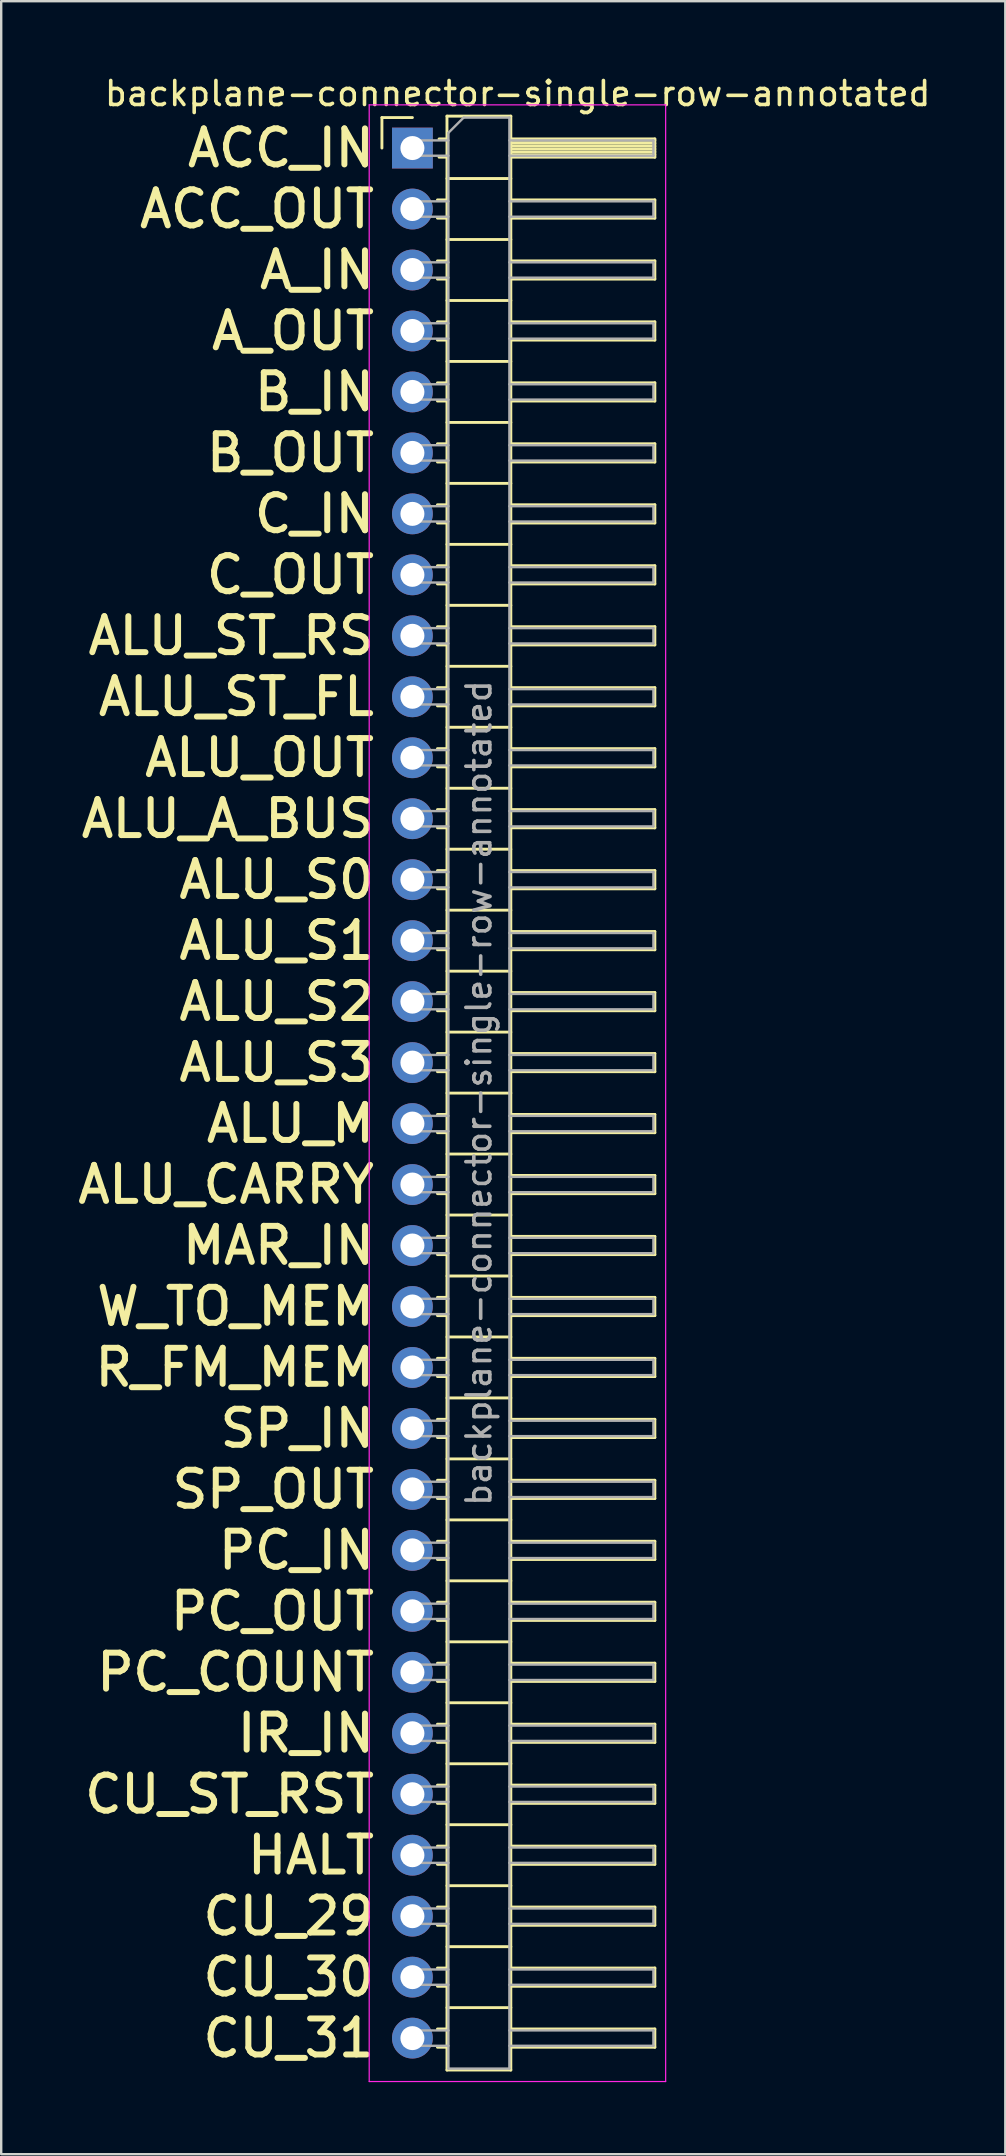
<source format=kicad_pcb>
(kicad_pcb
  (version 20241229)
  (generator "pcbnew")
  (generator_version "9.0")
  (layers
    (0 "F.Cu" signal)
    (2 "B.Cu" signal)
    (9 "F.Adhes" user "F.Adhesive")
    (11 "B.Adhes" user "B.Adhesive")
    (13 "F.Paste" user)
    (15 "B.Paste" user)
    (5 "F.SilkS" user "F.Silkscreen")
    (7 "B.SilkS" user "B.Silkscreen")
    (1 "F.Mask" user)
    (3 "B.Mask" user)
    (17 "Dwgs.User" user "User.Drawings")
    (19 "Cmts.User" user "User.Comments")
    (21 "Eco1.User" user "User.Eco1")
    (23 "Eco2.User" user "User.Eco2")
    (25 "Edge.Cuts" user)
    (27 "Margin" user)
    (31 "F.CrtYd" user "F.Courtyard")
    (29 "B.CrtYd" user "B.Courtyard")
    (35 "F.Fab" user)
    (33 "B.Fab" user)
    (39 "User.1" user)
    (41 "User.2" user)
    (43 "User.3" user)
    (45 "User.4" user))
  (footprint "backplane-connector-single-row-annotated"
    (layer "F.Cu")
    (at 14.131 3.118)
    (property "Reference" "backplane-connector-single-row-annotated" (at 4.385 -2.27 0) (layer "F.SilkS") (effects (font (size 1 1) (thickness 0.15))))
    (attr through_hole)
    (fp_line (start -1.27 -1.27) (end 0 -1.27) (stroke (width 0.12) (type solid)) (layer "F.SilkS"))
    (fp_line (start -1.27 0) (end -1.27 -1.27) (stroke (width 0.12) (type solid)) (layer "F.SilkS"))
    (fp_line (start 1.043 2.16) (end 1.44 2.16) (stroke (width 0.12) (type solid)) (layer "F.SilkS"))
    (fp_line (start 1.043 2.92) (end 1.44 2.92) (stroke (width 0.12) (type solid)) (layer "F.SilkS"))
    (fp_line (start 1.043 4.7) (end 1.44 4.7) (stroke (width 0.12) (type solid)) (layer "F.SilkS"))
    (fp_line (start 1.043 5.46) (end 1.44 5.46) (stroke (width 0.12) (type solid)) (layer "F.SilkS"))
    (fp_line (start 1.043 7.24) (end 1.44 7.24) (stroke (width 0.12) (type solid)) (layer "F.SilkS"))
    (fp_line (start 1.043 8) (end 1.44 8) (stroke (width 0.12) (type solid)) (layer "F.SilkS"))
    (fp_line (start 1.043 9.78) (end 1.44 9.78) (stroke (width 0.12) (type solid)) (layer "F.SilkS"))
    (fp_line (start 1.043 10.54) (end 1.44 10.54) (stroke (width 0.12) (type solid)) (layer "F.SilkS"))
    (fp_line (start 1.043 12.32) (end 1.44 12.32) (stroke (width 0.12) (type solid)) (layer "F.SilkS"))
    (fp_line (start 1.043 13.08) (end 1.44 13.08) (stroke (width 0.12) (type solid)) (layer "F.SilkS"))
    (fp_line (start 1.043 14.86) (end 1.44 14.86) (stroke (width 0.12) (type solid)) (layer "F.SilkS"))
    (fp_line (start 1.043 15.62) (end 1.44 15.62) (stroke (width 0.12) (type solid)) (layer "F.SilkS"))
    (fp_line (start 1.043 17.4) (end 1.44 17.4) (stroke (width 0.12) (type solid)) (layer "F.SilkS"))
    (fp_line (start 1.043 18.16) (end 1.44 18.16) (stroke (width 0.12) (type solid)) (layer "F.SilkS"))
    (fp_line (start 1.043 19.94) (end 1.44 19.94) (stroke (width 0.12) (type solid)) (layer "F.SilkS"))
    (fp_line (start 1.043 20.7) (end 1.44 20.7) (stroke (width 0.12) (type solid)) (layer "F.SilkS"))
    (fp_line (start 1.043 22.48) (end 1.44 22.48) (stroke (width 0.12) (type solid)) (layer "F.SilkS"))
    (fp_line (start 1.043 23.24) (end 1.44 23.24) (stroke (width 0.12) (type solid)) (layer "F.SilkS"))
    (fp_line (start 1.043 25.02) (end 1.44 25.02) (stroke (width 0.12) (type solid)) (layer "F.SilkS"))
    (fp_line (start 1.043 25.78) (end 1.44 25.78) (stroke (width 0.12) (type solid)) (layer "F.SilkS"))
    (fp_line (start 1.043 27.56) (end 1.44 27.56) (stroke (width 0.12) (type solid)) (layer "F.SilkS"))
    (fp_line (start 1.043 28.32) (end 1.44 28.32) (stroke (width 0.12) (type solid)) (layer "F.SilkS"))
    (fp_line (start 1.043 30.1) (end 1.44 30.1) (stroke (width 0.12) (type solid)) (layer "F.SilkS"))
    (fp_line (start 1.043 30.86) (end 1.44 30.86) (stroke (width 0.12) (type solid)) (layer "F.SilkS"))
    (fp_line (start 1.043 32.64) (end 1.44 32.64) (stroke (width 0.12) (type solid)) (layer "F.SilkS"))
    (fp_line (start 1.043 33.4) (end 1.44 33.4) (stroke (width 0.12) (type solid)) (layer "F.SilkS"))
    (fp_line (start 1.043 35.18) (end 1.44 35.18) (stroke (width 0.12) (type solid)) (layer "F.SilkS"))
    (fp_line (start 1.043 35.94) (end 1.44 35.94) (stroke (width 0.12) (type solid)) (layer "F.SilkS"))
    (fp_line (start 1.043 37.72) (end 1.44 37.72) (stroke (width 0.12) (type solid)) (layer "F.SilkS"))
    (fp_line (start 1.043 38.48) (end 1.44 38.48) (stroke (width 0.12) (type solid)) (layer "F.SilkS"))
    (fp_line (start 1.043 40.26) (end 1.44 40.26) (stroke (width 0.12) (type solid)) (layer "F.SilkS"))
    (fp_line (start 1.043 41.02) (end 1.44 41.02) (stroke (width 0.12) (type solid)) (layer "F.SilkS"))
    (fp_line (start 1.043 42.8) (end 1.44 42.8) (stroke (width 0.12) (type solid)) (layer "F.SilkS"))
    (fp_line (start 1.043 43.56) (end 1.44 43.56) (stroke (width 0.12) (type solid)) (layer "F.SilkS"))
    (fp_line (start 1.043 45.34) (end 1.44 45.34) (stroke (width 0.12) (type solid)) (layer "F.SilkS"))
    (fp_line (start 1.043 46.1) (end 1.44 46.1) (stroke (width 0.12) (type solid)) (layer "F.SilkS"))
    (fp_line (start 1.043 47.88) (end 1.44 47.88) (stroke (width 0.12) (type solid)) (layer "F.SilkS"))
    (fp_line (start 1.043 48.64) (end 1.44 48.64) (stroke (width 0.12) (type solid)) (layer "F.SilkS"))
    (fp_line (start 1.043 50.42) (end 1.44 50.42) (stroke (width 0.12) (type solid)) (layer "F.SilkS"))
    (fp_line (start 1.043 51.18) (end 1.44 51.18) (stroke (width 0.12) (type solid)) (layer "F.SilkS"))
    (fp_line (start 1.043 52.96) (end 1.44 52.96) (stroke (width 0.12) (type solid)) (layer "F.SilkS"))
    (fp_line (start 1.043 53.72) (end 1.44 53.72) (stroke (width 0.12) (type solid)) (layer "F.SilkS"))
    (fp_line (start 1.043 55.5) (end 1.44 55.5) (stroke (width 0.12) (type solid)) (layer "F.SilkS"))
    (fp_line (start 1.043 56.26) (end 1.44 56.26) (stroke (width 0.12) (type solid)) (layer "F.SilkS"))
    (fp_line (start 1.043 58.04) (end 1.44 58.04) (stroke (width 0.12) (type solid)) (layer "F.SilkS"))
    (fp_line (start 1.043 58.8) (end 1.44 58.8) (stroke (width 0.12) (type solid)) (layer "F.SilkS"))
    (fp_line (start 1.043 60.58) (end 1.44 60.58) (stroke (width 0.12) (type solid)) (layer "F.SilkS"))
    (fp_line (start 1.043 61.34) (end 1.44 61.34) (stroke (width 0.12) (type solid)) (layer "F.SilkS"))
    (fp_line (start 1.043 63.12) (end 1.44 63.12) (stroke (width 0.12) (type solid)) (layer "F.SilkS"))
    (fp_line (start 1.043 63.88) (end 1.44 63.88) (stroke (width 0.12) (type solid)) (layer "F.SilkS"))
    (fp_line (start 1.043 65.66) (end 1.44 65.66) (stroke (width 0.12) (type solid)) (layer "F.SilkS"))
    (fp_line (start 1.043 66.42) (end 1.44 66.42) (stroke (width 0.12) (type solid)) (layer "F.SilkS"))
    (fp_line (start 1.043 68.2) (end 1.44 68.2) (stroke (width 0.12) (type solid)) (layer "F.SilkS"))
    (fp_line (start 1.043 68.96) (end 1.44 68.96) (stroke (width 0.12) (type solid)) (layer "F.SilkS"))
    (fp_line (start 1.043 70.74) (end 1.44 70.74) (stroke (width 0.12) (type solid)) (layer "F.SilkS"))
    (fp_line (start 1.043 71.5) (end 1.44 71.5) (stroke (width 0.12) (type solid)) (layer "F.SilkS"))
    (fp_line (start 1.043 73.28) (end 1.44 73.28) (stroke (width 0.12) (type solid)) (layer "F.SilkS"))
    (fp_line (start 1.043 74.04) (end 1.44 74.04) (stroke (width 0.12) (type solid)) (layer "F.SilkS"))
    (fp_line (start 1.043 75.82) (end 1.44 75.82) (stroke (width 0.12) (type solid)) (layer "F.SilkS"))
    (fp_line (start 1.043 76.58) (end 1.44 76.58) (stroke (width 0.12) (type solid)) (layer "F.SilkS"))
    (fp_line (start 1.043 78.36) (end 1.44 78.36) (stroke (width 0.12) (type solid)) (layer "F.SilkS"))
    (fp_line (start 1.043 79.12) (end 1.44 79.12) (stroke (width 0.12) (type solid)) (layer "F.SilkS"))
    (fp_line (start 1.11 -0.38) (end 1.44 -0.38) (stroke (width 0.12) (type solid)) (layer "F.SilkS"))
    (fp_line (start 1.11 0.38) (end 1.44 0.38) (stroke (width 0.12) (type solid)) (layer "F.SilkS"))
    (fp_line (start 1.44 -1.33) (end 1.44 80.07) (stroke (width 0.12) (type solid)) (layer "F.SilkS"))
    (fp_line (start 1.44 1.27) (end 4.1 1.27) (stroke (width 0.12) (type solid)) (layer "F.SilkS"))
    (fp_line (start 1.44 3.81) (end 4.1 3.81) (stroke (width 0.12) (type solid)) (layer "F.SilkS"))
    (fp_line (start 1.44 6.35) (end 4.1 6.35) (stroke (width 0.12) (type solid)) (layer "F.SilkS"))
    (fp_line (start 1.44 8.89) (end 4.1 8.89) (stroke (width 0.12) (type solid)) (layer "F.SilkS"))
    (fp_line (start 1.44 11.43) (end 4.1 11.43) (stroke (width 0.12) (type solid)) (layer "F.SilkS"))
    (fp_line (start 1.44 13.97) (end 4.1 13.97) (stroke (width 0.12) (type solid)) (layer "F.SilkS"))
    (fp_line (start 1.44 16.51) (end 4.1 16.51) (stroke (width 0.12) (type solid)) (layer "F.SilkS"))
    (fp_line (start 1.44 19.05) (end 4.1 19.05) (stroke (width 0.12) (type solid)) (layer "F.SilkS"))
    (fp_line (start 1.44 21.59) (end 4.1 21.59) (stroke (width 0.12) (type solid)) (layer "F.SilkS"))
    (fp_line (start 1.44 24.13) (end 4.1 24.13) (stroke (width 0.12) (type solid)) (layer "F.SilkS"))
    (fp_line (start 1.44 26.67) (end 4.1 26.67) (stroke (width 0.12) (type solid)) (layer "F.SilkS"))
    (fp_line (start 1.44 29.21) (end 4.1 29.21) (stroke (width 0.12) (type solid)) (layer "F.SilkS"))
    (fp_line (start 1.44 31.75) (end 4.1 31.75) (stroke (width 0.12) (type solid)) (layer "F.SilkS"))
    (fp_line (start 1.44 34.29) (end 4.1 34.29) (stroke (width 0.12) (type solid)) (layer "F.SilkS"))
    (fp_line (start 1.44 36.83) (end 4.1 36.83) (stroke (width 0.12) (type solid)) (layer "F.SilkS"))
    (fp_line (start 1.44 39.37) (end 4.1 39.37) (stroke (width 0.12) (type solid)) (layer "F.SilkS"))
    (fp_line (start 1.44 41.91) (end 4.1 41.91) (stroke (width 0.12) (type solid)) (layer "F.SilkS"))
    (fp_line (start 1.44 44.45) (end 4.1 44.45) (stroke (width 0.12) (type solid)) (layer "F.SilkS"))
    (fp_line (start 1.44 46.99) (end 4.1 46.99) (stroke (width 0.12) (type solid)) (layer "F.SilkS"))
    (fp_line (start 1.44 49.53) (end 4.1 49.53) (stroke (width 0.12) (type solid)) (layer "F.SilkS"))
    (fp_line (start 1.44 52.07) (end 4.1 52.07) (stroke (width 0.12) (type solid)) (layer "F.SilkS"))
    (fp_line (start 1.44 54.61) (end 4.1 54.61) (stroke (width 0.12) (type solid)) (layer "F.SilkS"))
    (fp_line (start 1.44 57.15) (end 4.1 57.15) (stroke (width 0.12) (type solid)) (layer "F.SilkS"))
    (fp_line (start 1.44 59.69) (end 4.1 59.69) (stroke (width 0.12) (type solid)) (layer "F.SilkS"))
    (fp_line (start 1.44 62.23) (end 4.1 62.23) (stroke (width 0.12) (type solid)) (layer "F.SilkS"))
    (fp_line (start 1.44 64.77) (end 4.1 64.77) (stroke (width 0.12) (type solid)) (layer "F.SilkS"))
    (fp_line (start 1.44 67.31) (end 4.1 67.31) (stroke (width 0.12) (type solid)) (layer "F.SilkS"))
    (fp_line (start 1.44 69.85) (end 4.1 69.85) (stroke (width 0.12) (type solid)) (layer "F.SilkS"))
    (fp_line (start 1.44 72.39) (end 4.1 72.39) (stroke (width 0.12) (type solid)) (layer "F.SilkS"))
    (fp_line (start 1.44 74.93) (end 4.1 74.93) (stroke (width 0.12) (type solid)) (layer "F.SilkS"))
    (fp_line (start 1.44 77.47) (end 4.1 77.47) (stroke (width 0.12) (type solid)) (layer "F.SilkS"))
    (fp_line (start 1.44 80.07) (end 4.1 80.07) (stroke (width 0.12) (type solid)) (layer "F.SilkS"))
    (fp_line (start 4.1 -1.33) (end 1.44 -1.33) (stroke (width 0.12) (type solid)) (layer "F.SilkS"))
    (fp_line (start 4.1 -0.38) (end 10.1 -0.38) (stroke (width 0.12) (type solid)) (layer "F.SilkS"))
    (fp_line (start 4.1 -0.32) (end 10.1 -0.32) (stroke (width 0.12) (type solid)) (layer "F.SilkS"))
    (fp_line (start 4.1 -0.2) (end 10.1 -0.2) (stroke (width 0.12) (type solid)) (layer "F.SilkS"))
    (fp_line (start 4.1 -0.08) (end 10.1 -0.08) (stroke (width 0.12) (type solid)) (layer "F.SilkS"))
    (fp_line (start 4.1 0.04) (end 10.1 0.04) (stroke (width 0.12) (type solid)) (layer "F.SilkS"))
    (fp_line (start 4.1 0.16) (end 10.1 0.16) (stroke (width 0.12) (type solid)) (layer "F.SilkS"))
    (fp_line (start 4.1 0.28) (end 10.1 0.28) (stroke (width 0.12) (type solid)) (layer "F.SilkS"))
    (fp_line (start 4.1 2.16) (end 10.1 2.16) (stroke (width 0.12) (type solid)) (layer "F.SilkS"))
    (fp_line (start 4.1 4.7) (end 10.1 4.7) (stroke (width 0.12) (type solid)) (layer "F.SilkS"))
    (fp_line (start 4.1 7.24) (end 10.1 7.24) (stroke (width 0.12) (type solid)) (layer "F.SilkS"))
    (fp_line (start 4.1 9.78) (end 10.1 9.78) (stroke (width 0.12) (type solid)) (layer "F.SilkS"))
    (fp_line (start 4.1 12.32) (end 10.1 12.32) (stroke (width 0.12) (type solid)) (layer "F.SilkS"))
    (fp_line (start 4.1 14.86) (end 10.1 14.86) (stroke (width 0.12) (type solid)) (layer "F.SilkS"))
    (fp_line (start 4.1 17.4) (end 10.1 17.4) (stroke (width 0.12) (type solid)) (layer "F.SilkS"))
    (fp_line (start 4.1 19.94) (end 10.1 19.94) (stroke (width 0.12) (type solid)) (layer "F.SilkS"))
    (fp_line (start 4.1 22.48) (end 10.1 22.48) (stroke (width 0.12) (type solid)) (layer "F.SilkS"))
    (fp_line (start 4.1 25.02) (end 10.1 25.02) (stroke (width 0.12) (type solid)) (layer "F.SilkS"))
    (fp_line (start 4.1 27.56) (end 10.1 27.56) (stroke (width 0.12) (type solid)) (layer "F.SilkS"))
    (fp_line (start 4.1 30.1) (end 10.1 30.1) (stroke (width 0.12) (type solid)) (layer "F.SilkS"))
    (fp_line (start 4.1 32.64) (end 10.1 32.64) (stroke (width 0.12) (type solid)) (layer "F.SilkS"))
    (fp_line (start 4.1 35.18) (end 10.1 35.18) (stroke (width 0.12) (type solid)) (layer "F.SilkS"))
    (fp_line (start 4.1 37.72) (end 10.1 37.72) (stroke (width 0.12) (type solid)) (layer "F.SilkS"))
    (fp_line (start 4.1 40.26) (end 10.1 40.26) (stroke (width 0.12) (type solid)) (layer "F.SilkS"))
    (fp_line (start 4.1 42.8) (end 10.1 42.8) (stroke (width 0.12) (type solid)) (layer "F.SilkS"))
    (fp_line (start 4.1 45.34) (end 10.1 45.34) (stroke (width 0.12) (type solid)) (layer "F.SilkS"))
    (fp_line (start 4.1 47.88) (end 10.1 47.88) (stroke (width 0.12) (type solid)) (layer "F.SilkS"))
    (fp_line (start 4.1 50.42) (end 10.1 50.42) (stroke (width 0.12) (type solid)) (layer "F.SilkS"))
    (fp_line (start 4.1 52.96) (end 10.1 52.96) (stroke (width 0.12) (type solid)) (layer "F.SilkS"))
    (fp_line (start 4.1 55.5) (end 10.1 55.5) (stroke (width 0.12) (type solid)) (layer "F.SilkS"))
    (fp_line (start 4.1 58.04) (end 10.1 58.04) (stroke (width 0.12) (type solid)) (layer "F.SilkS"))
    (fp_line (start 4.1 60.58) (end 10.1 60.58) (stroke (width 0.12) (type solid)) (layer "F.SilkS"))
    (fp_line (start 4.1 63.12) (end 10.1 63.12) (stroke (width 0.12) (type solid)) (layer "F.SilkS"))
    (fp_line (start 4.1 65.66) (end 10.1 65.66) (stroke (width 0.12) (type solid)) (layer "F.SilkS"))
    (fp_line (start 4.1 68.2) (end 10.1 68.2) (stroke (width 0.12) (type solid)) (layer "F.SilkS"))
    (fp_line (start 4.1 70.74) (end 10.1 70.74) (stroke (width 0.12) (type solid)) (layer "F.SilkS"))
    (fp_line (start 4.1 73.28) (end 10.1 73.28) (stroke (width 0.12) (type solid)) (layer "F.SilkS"))
    (fp_line (start 4.1 75.82) (end 10.1 75.82) (stroke (width 0.12) (type solid)) (layer "F.SilkS"))
    (fp_line (start 4.1 78.36) (end 10.1 78.36) (stroke (width 0.12) (type solid)) (layer "F.SilkS"))
    (fp_line (start 4.1 80.07) (end 4.1 -1.33) (stroke (width 0.12) (type solid)) (layer "F.SilkS"))
    (fp_line (start 10.1 -0.38) (end 10.1 0.38) (stroke (width 0.12) (type solid)) (layer "F.SilkS"))
    (fp_line (start 10.1 0.38) (end 4.1 0.38) (stroke (width 0.12) (type solid)) (layer "F.SilkS"))
    (fp_line (start 10.1 2.16) (end 10.1 2.92) (stroke (width 0.12) (type solid)) (layer "F.SilkS"))
    (fp_line (start 10.1 2.92) (end 4.1 2.92) (stroke (width 0.12) (type solid)) (layer "F.SilkS"))
    (fp_line (start 10.1 4.7) (end 10.1 5.46) (stroke (width 0.12) (type solid)) (layer "F.SilkS"))
    (fp_line (start 10.1 5.46) (end 4.1 5.46) (stroke (width 0.12) (type solid)) (layer "F.SilkS"))
    (fp_line (start 10.1 7.24) (end 10.1 8) (stroke (width 0.12) (type solid)) (layer "F.SilkS"))
    (fp_line (start 10.1 8) (end 4.1 8) (stroke (width 0.12) (type solid)) (layer "F.SilkS"))
    (fp_line (start 10.1 9.78) (end 10.1 10.54) (stroke (width 0.12) (type solid)) (layer "F.SilkS"))
    (fp_line (start 10.1 10.54) (end 4.1 10.54) (stroke (width 0.12) (type solid)) (layer "F.SilkS"))
    (fp_line (start 10.1 12.32) (end 10.1 13.08) (stroke (width 0.12) (type solid)) (layer "F.SilkS"))
    (fp_line (start 10.1 13.08) (end 4.1 13.08) (stroke (width 0.12) (type solid)) (layer "F.SilkS"))
    (fp_line (start 10.1 14.86) (end 10.1 15.62) (stroke (width 0.12) (type solid)) (layer "F.SilkS"))
    (fp_line (start 10.1 15.62) (end 4.1 15.62) (stroke (width 0.12) (type solid)) (layer "F.SilkS"))
    (fp_line (start 10.1 17.4) (end 10.1 18.16) (stroke (width 0.12) (type solid)) (layer "F.SilkS"))
    (fp_line (start 10.1 18.16) (end 4.1 18.16) (stroke (width 0.12) (type solid)) (layer "F.SilkS"))
    (fp_line (start 10.1 19.94) (end 10.1 20.7) (stroke (width 0.12) (type solid)) (layer "F.SilkS"))
    (fp_line (start 10.1 20.7) (end 4.1 20.7) (stroke (width 0.12) (type solid)) (layer "F.SilkS"))
    (fp_line (start 10.1 22.48) (end 10.1 23.24) (stroke (width 0.12) (type solid)) (layer "F.SilkS"))
    (fp_line (start 10.1 23.24) (end 4.1 23.24) (stroke (width 0.12) (type solid)) (layer "F.SilkS"))
    (fp_line (start 10.1 25.02) (end 10.1 25.78) (stroke (width 0.12) (type solid)) (layer "F.SilkS"))
    (fp_line (start 10.1 25.78) (end 4.1 25.78) (stroke (width 0.12) (type solid)) (layer "F.SilkS"))
    (fp_line (start 10.1 27.56) (end 10.1 28.32) (stroke (width 0.12) (type solid)) (layer "F.SilkS"))
    (fp_line (start 10.1 28.32) (end 4.1 28.32) (stroke (width 0.12) (type solid)) (layer "F.SilkS"))
    (fp_line (start 10.1 30.1) (end 10.1 30.86) (stroke (width 0.12) (type solid)) (layer "F.SilkS"))
    (fp_line (start 10.1 30.86) (end 4.1 30.86) (stroke (width 0.12) (type solid)) (layer "F.SilkS"))
    (fp_line (start 10.1 32.64) (end 10.1 33.4) (stroke (width 0.12) (type solid)) (layer "F.SilkS"))
    (fp_line (start 10.1 33.4) (end 4.1 33.4) (stroke (width 0.12) (type solid)) (layer "F.SilkS"))
    (fp_line (start 10.1 35.18) (end 10.1 35.94) (stroke (width 0.12) (type solid)) (layer "F.SilkS"))
    (fp_line (start 10.1 35.94) (end 4.1 35.94) (stroke (width 0.12) (type solid)) (layer "F.SilkS"))
    (fp_line (start 10.1 37.72) (end 10.1 38.48) (stroke (width 0.12) (type solid)) (layer "F.SilkS"))
    (fp_line (start 10.1 38.48) (end 4.1 38.48) (stroke (width 0.12) (type solid)) (layer "F.SilkS"))
    (fp_line (start 10.1 40.26) (end 10.1 41.02) (stroke (width 0.12) (type solid)) (layer "F.SilkS"))
    (fp_line (start 10.1 41.02) (end 4.1 41.02) (stroke (width 0.12) (type solid)) (layer "F.SilkS"))
    (fp_line (start 10.1 42.8) (end 10.1 43.56) (stroke (width 0.12) (type solid)) (layer "F.SilkS"))
    (fp_line (start 10.1 43.56) (end 4.1 43.56) (stroke (width 0.12) (type solid)) (layer "F.SilkS"))
    (fp_line (start 10.1 45.34) (end 10.1 46.1) (stroke (width 0.12) (type solid)) (layer "F.SilkS"))
    (fp_line (start 10.1 46.1) (end 4.1 46.1) (stroke (width 0.12) (type solid)) (layer "F.SilkS"))
    (fp_line (start 10.1 47.88) (end 10.1 48.64) (stroke (width 0.12) (type solid)) (layer "F.SilkS"))
    (fp_line (start 10.1 48.64) (end 4.1 48.64) (stroke (width 0.12) (type solid)) (layer "F.SilkS"))
    (fp_line (start 10.1 50.42) (end 10.1 51.18) (stroke (width 0.12) (type solid)) (layer "F.SilkS"))
    (fp_line (start 10.1 51.18) (end 4.1 51.18) (stroke (width 0.12) (type solid)) (layer "F.SilkS"))
    (fp_line (start 10.1 52.96) (end 10.1 53.72) (stroke (width 0.12) (type solid)) (layer "F.SilkS"))
    (fp_line (start 10.1 53.72) (end 4.1 53.72) (stroke (width 0.12) (type solid)) (layer "F.SilkS"))
    (fp_line (start 10.1 55.5) (end 10.1 56.26) (stroke (width 0.12) (type solid)) (layer "F.SilkS"))
    (fp_line (start 10.1 56.26) (end 4.1 56.26) (stroke (width 0.12) (type solid)) (layer "F.SilkS"))
    (fp_line (start 10.1 58.04) (end 10.1 58.8) (stroke (width 0.12) (type solid)) (layer "F.SilkS"))
    (fp_line (start 10.1 58.8) (end 4.1 58.8) (stroke (width 0.12) (type solid)) (layer "F.SilkS"))
    (fp_line (start 10.1 60.58) (end 10.1 61.34) (stroke (width 0.12) (type solid)) (layer "F.SilkS"))
    (fp_line (start 10.1 61.34) (end 4.1 61.34) (stroke (width 0.12) (type solid)) (layer "F.SilkS"))
    (fp_line (start 10.1 63.12) (end 10.1 63.88) (stroke (width 0.12) (type solid)) (layer "F.SilkS"))
    (fp_line (start 10.1 63.88) (end 4.1 63.88) (stroke (width 0.12) (type solid)) (layer "F.SilkS"))
    (fp_line (start 10.1 65.66) (end 10.1 66.42) (stroke (width 0.12) (type solid)) (layer "F.SilkS"))
    (fp_line (start 10.1 66.42) (end 4.1 66.42) (stroke (width 0.12) (type solid)) (layer "F.SilkS"))
    (fp_line (start 10.1 68.2) (end 10.1 68.96) (stroke (width 0.12) (type solid)) (layer "F.SilkS"))
    (fp_line (start 10.1 68.96) (end 4.1 68.96) (stroke (width 0.12) (type solid)) (layer "F.SilkS"))
    (fp_line (start 10.1 70.74) (end 10.1 71.5) (stroke (width 0.12) (type solid)) (layer "F.SilkS"))
    (fp_line (start 10.1 71.5) (end 4.1 71.5) (stroke (width 0.12) (type solid)) (layer "F.SilkS"))
    (fp_line (start 10.1 73.28) (end 10.1 74.04) (stroke (width 0.12) (type solid)) (layer "F.SilkS"))
    (fp_line (start 10.1 74.04) (end 4.1 74.04) (stroke (width 0.12) (type solid)) (layer "F.SilkS"))
    (fp_line (start 10.1 75.82) (end 10.1 76.58) (stroke (width 0.12) (type solid)) (layer "F.SilkS"))
    (fp_line (start 10.1 76.58) (end 4.1 76.58) (stroke (width 0.12) (type solid)) (layer "F.SilkS"))
    (fp_line (start 10.1 78.36) (end 10.1 79.12) (stroke (width 0.12) (type solid)) (layer "F.SilkS"))
    (fp_line (start 10.1 79.12) (end 4.1 79.12) (stroke (width 0.12) (type solid)) (layer "F.SilkS"))
    (fp_line (start -1.8 -1.8) (end -1.8 80.55) (stroke (width 0.05) (type solid)) (layer "F.CrtYd"))
    (fp_line (start -1.8 80.55) (end 10.55 80.55) (stroke (width 0.05) (type solid)) (layer "F.CrtYd"))
    (fp_line (start 10.55 -1.8) (end -1.8 -1.8) (stroke (width 0.05) (type solid)) (layer "F.CrtYd"))
    (fp_line (start 10.55 80.55) (end 10.55 -1.8) (stroke (width 0.05) (type solid)) (layer "F.CrtYd"))
    (fp_line (start -0.32 -0.32) (end -0.32 0.32) (stroke (width 0.1) (type solid)) (layer "F.Fab"))
    (fp_line (start -0.32 -0.32) (end 1.5 -0.32) (stroke (width 0.1) (type solid)) (layer "F.Fab"))
    (fp_line (start -0.32 0.32) (end 1.5 0.32) (stroke (width 0.1) (type solid)) (layer "F.Fab"))
    (fp_line (start -0.32 2.22) (end -0.32 2.86) (stroke (width 0.1) (type solid)) (layer "F.Fab"))
    (fp_line (start -0.32 2.22) (end 1.5 2.22) (stroke (width 0.1) (type solid)) (layer "F.Fab"))
    (fp_line (start -0.32 2.86) (end 1.5 2.86) (stroke (width 0.1) (type solid)) (layer "F.Fab"))
    (fp_line (start -0.32 4.76) (end -0.32 5.4) (stroke (width 0.1) (type solid)) (layer "F.Fab"))
    (fp_line (start -0.32 4.76) (end 1.5 4.76) (stroke (width 0.1) (type solid)) (layer "F.Fab"))
    (fp_line (start -0.32 5.4) (end 1.5 5.4) (stroke (width 0.1) (type solid)) (layer "F.Fab"))
    (fp_line (start -0.32 7.3) (end -0.32 7.94) (stroke (width 0.1) (type solid)) (layer "F.Fab"))
    (fp_line (start -0.32 7.3) (end 1.5 7.3) (stroke (width 0.1) (type solid)) (layer "F.Fab"))
    (fp_line (start -0.32 7.94) (end 1.5 7.94) (stroke (width 0.1) (type solid)) (layer "F.Fab"))
    (fp_line (start -0.32 9.84) (end -0.32 10.48) (stroke (width 0.1) (type solid)) (layer "F.Fab"))
    (fp_line (start -0.32 9.84) (end 1.5 9.84) (stroke (width 0.1) (type solid)) (layer "F.Fab"))
    (fp_line (start -0.32 10.48) (end 1.5 10.48) (stroke (width 0.1) (type solid)) (layer "F.Fab"))
    (fp_line (start -0.32 12.38) (end -0.32 13.02) (stroke (width 0.1) (type solid)) (layer "F.Fab"))
    (fp_line (start -0.32 12.38) (end 1.5 12.38) (stroke (width 0.1) (type solid)) (layer "F.Fab"))
    (fp_line (start -0.32 13.02) (end 1.5 13.02) (stroke (width 0.1) (type solid)) (layer "F.Fab"))
    (fp_line (start -0.32 14.92) (end -0.32 15.56) (stroke (width 0.1) (type solid)) (layer "F.Fab"))
    (fp_line (start -0.32 14.92) (end 1.5 14.92) (stroke (width 0.1) (type solid)) (layer "F.Fab"))
    (fp_line (start -0.32 15.56) (end 1.5 15.56) (stroke (width 0.1) (type solid)) (layer "F.Fab"))
    (fp_line (start -0.32 17.46) (end -0.32 18.1) (stroke (width 0.1) (type solid)) (layer "F.Fab"))
    (fp_line (start -0.32 17.46) (end 1.5 17.46) (stroke (width 0.1) (type solid)) (layer "F.Fab"))
    (fp_line (start -0.32 18.1) (end 1.5 18.1) (stroke (width 0.1) (type solid)) (layer "F.Fab"))
    (fp_line (start -0.32 20) (end -0.32 20.64) (stroke (width 0.1) (type solid)) (layer "F.Fab"))
    (fp_line (start -0.32 20) (end 1.5 20) (stroke (width 0.1) (type solid)) (layer "F.Fab"))
    (fp_line (start -0.32 20.64) (end 1.5 20.64) (stroke (width 0.1) (type solid)) (layer "F.Fab"))
    (fp_line (start -0.32 22.54) (end -0.32 23.18) (stroke (width 0.1) (type solid)) (layer "F.Fab"))
    (fp_line (start -0.32 22.54) (end 1.5 22.54) (stroke (width 0.1) (type solid)) (layer "F.Fab"))
    (fp_line (start -0.32 23.18) (end 1.5 23.18) (stroke (width 0.1) (type solid)) (layer "F.Fab"))
    (fp_line (start -0.32 25.08) (end -0.32 25.72) (stroke (width 0.1) (type solid)) (layer "F.Fab"))
    (fp_line (start -0.32 25.08) (end 1.5 25.08) (stroke (width 0.1) (type solid)) (layer "F.Fab"))
    (fp_line (start -0.32 25.72) (end 1.5 25.72) (stroke (width 0.1) (type solid)) (layer "F.Fab"))
    (fp_line (start -0.32 27.62) (end -0.32 28.26) (stroke (width 0.1) (type solid)) (layer "F.Fab"))
    (fp_line (start -0.32 27.62) (end 1.5 27.62) (stroke (width 0.1) (type solid)) (layer "F.Fab"))
    (fp_line (start -0.32 28.26) (end 1.5 28.26) (stroke (width 0.1) (type solid)) (layer "F.Fab"))
    (fp_line (start -0.32 30.16) (end -0.32 30.8) (stroke (width 0.1) (type solid)) (layer "F.Fab"))
    (fp_line (start -0.32 30.16) (end 1.5 30.16) (stroke (width 0.1) (type solid)) (layer "F.Fab"))
    (fp_line (start -0.32 30.8) (end 1.5 30.8) (stroke (width 0.1) (type solid)) (layer "F.Fab"))
    (fp_line (start -0.32 32.7) (end -0.32 33.34) (stroke (width 0.1) (type solid)) (layer "F.Fab"))
    (fp_line (start -0.32 32.7) (end 1.5 32.7) (stroke (width 0.1) (type solid)) (layer "F.Fab"))
    (fp_line (start -0.32 33.34) (end 1.5 33.34) (stroke (width 0.1) (type solid)) (layer "F.Fab"))
    (fp_line (start -0.32 35.24) (end -0.32 35.88) (stroke (width 0.1) (type solid)) (layer "F.Fab"))
    (fp_line (start -0.32 35.24) (end 1.5 35.24) (stroke (width 0.1) (type solid)) (layer "F.Fab"))
    (fp_line (start -0.32 35.88) (end 1.5 35.88) (stroke (width 0.1) (type solid)) (layer "F.Fab"))
    (fp_line (start -0.32 37.78) (end -0.32 38.42) (stroke (width 0.1) (type solid)) (layer "F.Fab"))
    (fp_line (start -0.32 37.78) (end 1.5 37.78) (stroke (width 0.1) (type solid)) (layer "F.Fab"))
    (fp_line (start -0.32 38.42) (end 1.5 38.42) (stroke (width 0.1) (type solid)) (layer "F.Fab"))
    (fp_line (start -0.32 40.32) (end -0.32 40.96) (stroke (width 0.1) (type solid)) (layer "F.Fab"))
    (fp_line (start -0.32 40.32) (end 1.5 40.32) (stroke (width 0.1) (type solid)) (layer "F.Fab"))
    (fp_line (start -0.32 40.96) (end 1.5 40.96) (stroke (width 0.1) (type solid)) (layer "F.Fab"))
    (fp_line (start -0.32 42.86) (end -0.32 43.5) (stroke (width 0.1) (type solid)) (layer "F.Fab"))
    (fp_line (start -0.32 42.86) (end 1.5 42.86) (stroke (width 0.1) (type solid)) (layer "F.Fab"))
    (fp_line (start -0.32 43.5) (end 1.5 43.5) (stroke (width 0.1) (type solid)) (layer "F.Fab"))
    (fp_line (start -0.32 45.4) (end -0.32 46.04) (stroke (width 0.1) (type solid)) (layer "F.Fab"))
    (fp_line (start -0.32 45.4) (end 1.5 45.4) (stroke (width 0.1) (type solid)) (layer "F.Fab"))
    (fp_line (start -0.32 46.04) (end 1.5 46.04) (stroke (width 0.1) (type solid)) (layer "F.Fab"))
    (fp_line (start -0.32 47.94) (end -0.32 48.58) (stroke (width 0.1) (type solid)) (layer "F.Fab"))
    (fp_line (start -0.32 47.94) (end 1.5 47.94) (stroke (width 0.1) (type solid)) (layer "F.Fab"))
    (fp_line (start -0.32 48.58) (end 1.5 48.58) (stroke (width 0.1) (type solid)) (layer "F.Fab"))
    (fp_line (start -0.32 50.48) (end -0.32 51.12) (stroke (width 0.1) (type solid)) (layer "F.Fab"))
    (fp_line (start -0.32 50.48) (end 1.5 50.48) (stroke (width 0.1) (type solid)) (layer "F.Fab"))
    (fp_line (start -0.32 51.12) (end 1.5 51.12) (stroke (width 0.1) (type solid)) (layer "F.Fab"))
    (fp_line (start -0.32 53.02) (end -0.32 53.66) (stroke (width 0.1) (type solid)) (layer "F.Fab"))
    (fp_line (start -0.32 53.02) (end 1.5 53.02) (stroke (width 0.1) (type solid)) (layer "F.Fab"))
    (fp_line (start -0.32 53.66) (end 1.5 53.66) (stroke (width 0.1) (type solid)) (layer "F.Fab"))
    (fp_line (start -0.32 55.56) (end -0.32 56.2) (stroke (width 0.1) (type solid)) (layer "F.Fab"))
    (fp_line (start -0.32 55.56) (end 1.5 55.56) (stroke (width 0.1) (type solid)) (layer "F.Fab"))
    (fp_line (start -0.32 56.2) (end 1.5 56.2) (stroke (width 0.1) (type solid)) (layer "F.Fab"))
    (fp_line (start -0.32 58.1) (end -0.32 58.74) (stroke (width 0.1) (type solid)) (layer "F.Fab"))
    (fp_line (start -0.32 58.1) (end 1.5 58.1) (stroke (width 0.1) (type solid)) (layer "F.Fab"))
    (fp_line (start -0.32 58.74) (end 1.5 58.74) (stroke (width 0.1) (type solid)) (layer "F.Fab"))
    (fp_line (start -0.32 60.64) (end -0.32 61.28) (stroke (width 0.1) (type solid)) (layer "F.Fab"))
    (fp_line (start -0.32 60.64) (end 1.5 60.64) (stroke (width 0.1) (type solid)) (layer "F.Fab"))
    (fp_line (start -0.32 61.28) (end 1.5 61.28) (stroke (width 0.1) (type solid)) (layer "F.Fab"))
    (fp_line (start -0.32 63.18) (end -0.32 63.82) (stroke (width 0.1) (type solid)) (layer "F.Fab"))
    (fp_line (start -0.32 63.18) (end 1.5 63.18) (stroke (width 0.1) (type solid)) (layer "F.Fab"))
    (fp_line (start -0.32 63.82) (end 1.5 63.82) (stroke (width 0.1) (type solid)) (layer "F.Fab"))
    (fp_line (start -0.32 65.72) (end -0.32 66.36) (stroke (width 0.1) (type solid)) (layer "F.Fab"))
    (fp_line (start -0.32 65.72) (end 1.5 65.72) (stroke (width 0.1) (type solid)) (layer "F.Fab"))
    (fp_line (start -0.32 66.36) (end 1.5 66.36) (stroke (width 0.1) (type solid)) (layer "F.Fab"))
    (fp_line (start -0.32 68.26) (end -0.32 68.9) (stroke (width 0.1) (type solid)) (layer "F.Fab"))
    (fp_line (start -0.32 68.26) (end 1.5 68.26) (stroke (width 0.1) (type solid)) (layer "F.Fab"))
    (fp_line (start -0.32 68.9) (end 1.5 68.9) (stroke (width 0.1) (type solid)) (layer "F.Fab"))
    (fp_line (start -0.32 70.8) (end -0.32 71.44) (stroke (width 0.1) (type solid)) (layer "F.Fab"))
    (fp_line (start -0.32 70.8) (end 1.5 70.8) (stroke (width 0.1) (type solid)) (layer "F.Fab"))
    (fp_line (start -0.32 71.44) (end 1.5 71.44) (stroke (width 0.1) (type solid)) (layer "F.Fab"))
    (fp_line (start -0.32 73.34) (end -0.32 73.98) (stroke (width 0.1) (type solid)) (layer "F.Fab"))
    (fp_line (start -0.32 73.34) (end 1.5 73.34) (stroke (width 0.1) (type solid)) (layer "F.Fab"))
    (fp_line (start -0.32 73.98) (end 1.5 73.98) (stroke (width 0.1) (type solid)) (layer "F.Fab"))
    (fp_line (start -0.32 75.88) (end -0.32 76.52) (stroke (width 0.1) (type solid)) (layer "F.Fab"))
    (fp_line (start -0.32 75.88) (end 1.5 75.88) (stroke (width 0.1) (type solid)) (layer "F.Fab"))
    (fp_line (start -0.32 76.52) (end 1.5 76.52) (stroke (width 0.1) (type solid)) (layer "F.Fab"))
    (fp_line (start -0.32 78.42) (end -0.32 79.06) (stroke (width 0.1) (type solid)) (layer "F.Fab"))
    (fp_line (start -0.32 78.42) (end 1.5 78.42) (stroke (width 0.1) (type solid)) (layer "F.Fab"))
    (fp_line (start -0.32 79.06) (end 1.5 79.06) (stroke (width 0.1) (type solid)) (layer "F.Fab"))
    (fp_line (start 1.5 -0.635) (end 2.135 -1.27) (stroke (width 0.1) (type solid)) (layer "F.Fab"))
    (fp_line (start 1.5 80.01) (end 1.5 -0.635) (stroke (width 0.1) (type solid)) (layer "F.Fab"))
    (fp_line (start 2.135 -1.27) (end 4.04 -1.27) (stroke (width 0.1) (type solid)) (layer "F.Fab"))
    (fp_line (start 4.04 -1.27) (end 4.04 80.01) (stroke (width 0.1) (type solid)) (layer "F.Fab"))
    (fp_line (start 4.04 -0.32) (end 10.04 -0.32) (stroke (width 0.1) (type solid)) (layer "F.Fab"))
    (fp_line (start 4.04 0.32) (end 10.04 0.32) (stroke (width 0.1) (type solid)) (layer "F.Fab"))
    (fp_line (start 4.04 2.22) (end 10.04 2.22) (stroke (width 0.1) (type solid)) (layer "F.Fab"))
    (fp_line (start 4.04 2.86) (end 10.04 2.86) (stroke (width 0.1) (type solid)) (layer "F.Fab"))
    (fp_line (start 4.04 4.76) (end 10.04 4.76) (stroke (width 0.1) (type solid)) (layer "F.Fab"))
    (fp_line (start 4.04 5.4) (end 10.04 5.4) (stroke (width 0.1) (type solid)) (layer "F.Fab"))
    (fp_line (start 4.04 7.3) (end 10.04 7.3) (stroke (width 0.1) (type solid)) (layer "F.Fab"))
    (fp_line (start 4.04 7.94) (end 10.04 7.94) (stroke (width 0.1) (type solid)) (layer "F.Fab"))
    (fp_line (start 4.04 9.84) (end 10.04 9.84) (stroke (width 0.1) (type solid)) (layer "F.Fab"))
    (fp_line (start 4.04 10.48) (end 10.04 10.48) (stroke (width 0.1) (type solid)) (layer "F.Fab"))
    (fp_line (start 4.04 12.38) (end 10.04 12.38) (stroke (width 0.1) (type solid)) (layer "F.Fab"))
    (fp_line (start 4.04 13.02) (end 10.04 13.02) (stroke (width 0.1) (type solid)) (layer "F.Fab"))
    (fp_line (start 4.04 14.92) (end 10.04 14.92) (stroke (width 0.1) (type solid)) (layer "F.Fab"))
    (fp_line (start 4.04 15.56) (end 10.04 15.56) (stroke (width 0.1) (type solid)) (layer "F.Fab"))
    (fp_line (start 4.04 17.46) (end 10.04 17.46) (stroke (width 0.1) (type solid)) (layer "F.Fab"))
    (fp_line (start 4.04 18.1) (end 10.04 18.1) (stroke (width 0.1) (type solid)) (layer "F.Fab"))
    (fp_line (start 4.04 20) (end 10.04 20) (stroke (width 0.1) (type solid)) (layer "F.Fab"))
    (fp_line (start 4.04 20.64) (end 10.04 20.64) (stroke (width 0.1) (type solid)) (layer "F.Fab"))
    (fp_line (start 4.04 22.54) (end 10.04 22.54) (stroke (width 0.1) (type solid)) (layer "F.Fab"))
    (fp_line (start 4.04 23.18) (end 10.04 23.18) (stroke (width 0.1) (type solid)) (layer "F.Fab"))
    (fp_line (start 4.04 25.08) (end 10.04 25.08) (stroke (width 0.1) (type solid)) (layer "F.Fab"))
    (fp_line (start 4.04 25.72) (end 10.04 25.72) (stroke (width 0.1) (type solid)) (layer "F.Fab"))
    (fp_line (start 4.04 27.62) (end 10.04 27.62) (stroke (width 0.1) (type solid)) (layer "F.Fab"))
    (fp_line (start 4.04 28.26) (end 10.04 28.26) (stroke (width 0.1) (type solid)) (layer "F.Fab"))
    (fp_line (start 4.04 30.16) (end 10.04 30.16) (stroke (width 0.1) (type solid)) (layer "F.Fab"))
    (fp_line (start 4.04 30.8) (end 10.04 30.8) (stroke (width 0.1) (type solid)) (layer "F.Fab"))
    (fp_line (start 4.04 32.7) (end 10.04 32.7) (stroke (width 0.1) (type solid)) (layer "F.Fab"))
    (fp_line (start 4.04 33.34) (end 10.04 33.34) (stroke (width 0.1) (type solid)) (layer "F.Fab"))
    (fp_line (start 4.04 35.24) (end 10.04 35.24) (stroke (width 0.1) (type solid)) (layer "F.Fab"))
    (fp_line (start 4.04 35.88) (end 10.04 35.88) (stroke (width 0.1) (type solid)) (layer "F.Fab"))
    (fp_line (start 4.04 37.78) (end 10.04 37.78) (stroke (width 0.1) (type solid)) (layer "F.Fab"))
    (fp_line (start 4.04 38.42) (end 10.04 38.42) (stroke (width 0.1) (type solid)) (layer "F.Fab"))
    (fp_line (start 4.04 40.32) (end 10.04 40.32) (stroke (width 0.1) (type solid)) (layer "F.Fab"))
    (fp_line (start 4.04 40.96) (end 10.04 40.96) (stroke (width 0.1) (type solid)) (layer "F.Fab"))
    (fp_line (start 4.04 42.86) (end 10.04 42.86) (stroke (width 0.1) (type solid)) (layer "F.Fab"))
    (fp_line (start 4.04 43.5) (end 10.04 43.5) (stroke (width 0.1) (type solid)) (layer "F.Fab"))
    (fp_line (start 4.04 45.4) (end 10.04 45.4) (stroke (width 0.1) (type solid)) (layer "F.Fab"))
    (fp_line (start 4.04 46.04) (end 10.04 46.04) (stroke (width 0.1) (type solid)) (layer "F.Fab"))
    (fp_line (start 4.04 47.94) (end 10.04 47.94) (stroke (width 0.1) (type solid)) (layer "F.Fab"))
    (fp_line (start 4.04 48.58) (end 10.04 48.58) (stroke (width 0.1) (type solid)) (layer "F.Fab"))
    (fp_line (start 4.04 50.48) (end 10.04 50.48) (stroke (width 0.1) (type solid)) (layer "F.Fab"))
    (fp_line (start 4.04 51.12) (end 10.04 51.12) (stroke (width 0.1) (type solid)) (layer "F.Fab"))
    (fp_line (start 4.04 53.02) (end 10.04 53.02) (stroke (width 0.1) (type solid)) (layer "F.Fab"))
    (fp_line (start 4.04 53.66) (end 10.04 53.66) (stroke (width 0.1) (type solid)) (layer "F.Fab"))
    (fp_line (start 4.04 55.56) (end 10.04 55.56) (stroke (width 0.1) (type solid)) (layer "F.Fab"))
    (fp_line (start 4.04 56.2) (end 10.04 56.2) (stroke (width 0.1) (type solid)) (layer "F.Fab"))
    (fp_line (start 4.04 58.1) (end 10.04 58.1) (stroke (width 0.1) (type solid)) (layer "F.Fab"))
    (fp_line (start 4.04 58.74) (end 10.04 58.74) (stroke (width 0.1) (type solid)) (layer "F.Fab"))
    (fp_line (start 4.04 60.64) (end 10.04 60.64) (stroke (width 0.1) (type solid)) (layer "F.Fab"))
    (fp_line (start 4.04 61.28) (end 10.04 61.28) (stroke (width 0.1) (type solid)) (layer "F.Fab"))
    (fp_line (start 4.04 63.18) (end 10.04 63.18) (stroke (width 0.1) (type solid)) (layer "F.Fab"))
    (fp_line (start 4.04 63.82) (end 10.04 63.82) (stroke (width 0.1) (type solid)) (layer "F.Fab"))
    (fp_line (start 4.04 65.72) (end 10.04 65.72) (stroke (width 0.1) (type solid)) (layer "F.Fab"))
    (fp_line (start 4.04 66.36) (end 10.04 66.36) (stroke (width 0.1) (type solid)) (layer "F.Fab"))
    (fp_line (start 4.04 68.26) (end 10.04 68.26) (stroke (width 0.1) (type solid)) (layer "F.Fab"))
    (fp_line (start 4.04 68.9) (end 10.04 68.9) (stroke (width 0.1) (type solid)) (layer "F.Fab"))
    (fp_line (start 4.04 70.8) (end 10.04 70.8) (stroke (width 0.1) (type solid)) (layer "F.Fab"))
    (fp_line (start 4.04 71.44) (end 10.04 71.44) (stroke (width 0.1) (type solid)) (layer "F.Fab"))
    (fp_line (start 4.04 73.34) (end 10.04 73.34) (stroke (width 0.1) (type solid)) (layer "F.Fab"))
    (fp_line (start 4.04 73.98) (end 10.04 73.98) (stroke (width 0.1) (type solid)) (layer "F.Fab"))
    (fp_line (start 4.04 75.88) (end 10.04 75.88) (stroke (width 0.1) (type solid)) (layer "F.Fab"))
    (fp_line (start 4.04 76.52) (end 10.04 76.52) (stroke (width 0.1) (type solid)) (layer "F.Fab"))
    (fp_line (start 4.04 78.42) (end 10.04 78.42) (stroke (width 0.1) (type solid)) (layer "F.Fab"))
    (fp_line (start 4.04 79.06) (end 10.04 79.06) (stroke (width 0.1) (type solid)) (layer "F.Fab"))
    (fp_line (start 4.04 80.01) (end 1.5 80.01) (stroke (width 0.1) (type solid)) (layer "F.Fab"))
    (fp_line (start 10.04 -0.32) (end 10.04 0.32) (stroke (width 0.1) (type solid)) (layer "F.Fab"))
    (fp_line (start 10.04 2.22) (end 10.04 2.86) (stroke (width 0.1) (type solid)) (layer "F.Fab"))
    (fp_line (start 10.04 4.76) (end 10.04 5.4) (stroke (width 0.1) (type solid)) (layer "F.Fab"))
    (fp_line (start 10.04 7.3) (end 10.04 7.94) (stroke (width 0.1) (type solid)) (layer "F.Fab"))
    (fp_line (start 10.04 9.84) (end 10.04 10.48) (stroke (width 0.1) (type solid)) (layer "F.Fab"))
    (fp_line (start 10.04 12.38) (end 10.04 13.02) (stroke (width 0.1) (type solid)) (layer "F.Fab"))
    (fp_line (start 10.04 14.92) (end 10.04 15.56) (stroke (width 0.1) (type solid)) (layer "F.Fab"))
    (fp_line (start 10.04 17.46) (end 10.04 18.1) (stroke (width 0.1) (type solid)) (layer "F.Fab"))
    (fp_line (start 10.04 20) (end 10.04 20.64) (stroke (width 0.1) (type solid)) (layer "F.Fab"))
    (fp_line (start 10.04 22.54) (end 10.04 23.18) (stroke (width 0.1) (type solid)) (layer "F.Fab"))
    (fp_line (start 10.04 25.08) (end 10.04 25.72) (stroke (width 0.1) (type solid)) (layer "F.Fab"))
    (fp_line (start 10.04 27.62) (end 10.04 28.26) (stroke (width 0.1) (type solid)) (layer "F.Fab"))
    (fp_line (start 10.04 30.16) (end 10.04 30.8) (stroke (width 0.1) (type solid)) (layer "F.Fab"))
    (fp_line (start 10.04 32.7) (end 10.04 33.34) (stroke (width 0.1) (type solid)) (layer "F.Fab"))
    (fp_line (start 10.04 35.24) (end 10.04 35.88) (stroke (width 0.1) (type solid)) (layer "F.Fab"))
    (fp_line (start 10.04 37.78) (end 10.04 38.42) (stroke (width 0.1) (type solid)) (layer "F.Fab"))
    (fp_line (start 10.04 40.32) (end 10.04 40.96) (stroke (width 0.1) (type solid)) (layer "F.Fab"))
    (fp_line (start 10.04 42.86) (end 10.04 43.5) (stroke (width 0.1) (type solid)) (layer "F.Fab"))
    (fp_line (start 10.04 45.4) (end 10.04 46.04) (stroke (width 0.1) (type solid)) (layer "F.Fab"))
    (fp_line (start 10.04 47.94) (end 10.04 48.58) (stroke (width 0.1) (type solid)) (layer "F.Fab"))
    (fp_line (start 10.04 50.48) (end 10.04 51.12) (stroke (width 0.1) (type solid)) (layer "F.Fab"))
    (fp_line (start 10.04 53.02) (end 10.04 53.66) (stroke (width 0.1) (type solid)) (layer "F.Fab"))
    (fp_line (start 10.04 55.56) (end 10.04 56.2) (stroke (width 0.1) (type solid)) (layer "F.Fab"))
    (fp_line (start 10.04 58.1) (end 10.04 58.74) (stroke (width 0.1) (type solid)) (layer "F.Fab"))
    (fp_line (start 10.04 60.64) (end 10.04 61.28) (stroke (width 0.1) (type solid)) (layer "F.Fab"))
    (fp_line (start 10.04 63.18) (end 10.04 63.82) (stroke (width 0.1) (type solid)) (layer "F.Fab"))
    (fp_line (start 10.04 65.72) (end 10.04 66.36) (stroke (width 0.1) (type solid)) (layer "F.Fab"))
    (fp_line (start 10.04 68.26) (end 10.04 68.9) (stroke (width 0.1) (type solid)) (layer "F.Fab"))
    (fp_line (start 10.04 70.8) (end 10.04 71.44) (stroke (width 0.1) (type solid)) (layer "F.Fab"))
    (fp_line (start 10.04 73.34) (end 10.04 73.98) (stroke (width 0.1) (type solid)) (layer "F.Fab"))
    (fp_line (start 10.04 75.88) (end 10.04 76.52) (stroke (width 0.1) (type solid)) (layer "F.Fab"))
    (fp_line (start 10.04 78.42) (end 10.04 79.06) (stroke (width 0.1) (type solid)) (layer "F.Fab"))
    (fp_text user "ALU_S1" (at -5.656 33.02 0) (layer "F.SilkS") (effects (font (size 1.5 1.5) (thickness 0.25))))
    (fp_text user "C_IN" (at -4.084 15.24 0) (layer "F.SilkS") (effects (font (size 1.5 1.5) (thickness 0.25))))
    (fp_text user "ALU_A_BUS" (at -7.691 27.94 0) (layer "F.SilkS") (effects (font (size 1.5 1.5) (thickness 0.25))))
    (fp_text user "W_TO_MEM" (at -7.37 48.26 0) (layer "F.SilkS") (effects (font (size 1.5 1.5) (thickness 0.25))))
    (fp_text user "ALU_S3" (at -5.656 38.1 0) (layer "F.SilkS") (effects (font (size 1.5 1.5) (thickness 0.25))))
    (fp_text user "ACC_OUT" (at -6.477 2.54 0) (layer "F.SilkS") (effects (font (size 1.5 1.5) (thickness 0.25))))
    (fp_text user "HALT" (at -4.227 71.12 0) (layer "F.SilkS") (effects (font (size 1.5 1.5) (thickness 0.25))))
    (fp_text user "CU_31" (at -5.156 78.74 0) (layer "F.SilkS") (effects (font (size 1.5 1.5) (thickness 0.25))))
    (fp_text user "B_OUT" (at -5.084 12.7 0) (layer "F.SilkS") (effects (font (size 1.5 1.5) (thickness 0.25))))
    (fp_text user "ALU_CARRY" (at -7.763 43.18 0) (layer "F.SilkS") (effects (font (size 1.5 1.5) (thickness 0.25))))
    (fp_text user "PC_IN" (at -4.834 58.42 0) (layer "F.SilkS") (effects (font (size 1.5 1.5) (thickness 0.25))))
    (fp_text user "CU_30" (at -5.156 76.2 0) (layer "F.SilkS") (effects (font (size 1.5 1.5) (thickness 0.25))))
    (fp_text user "CU_29" (at -5.156 73.66 0) (layer "F.SilkS") (effects (font (size 1.5 1.5) (thickness 0.25))))
    (fp_text user "IR_IN" (at -4.441 66.04 0) (layer "F.SilkS") (effects (font (size 1.5 1.5) (thickness 0.25))))
    (fp_text user "SP_IN" (at -4.799 53.34 0) (layer "F.SilkS") (effects (font (size 1.5 1.5) (thickness 0.25))))
    (fp_text user "R_FM_MEM" (at -7.406 50.8 0) (layer "F.SilkS") (effects (font (size 1.5 1.5) (thickness 0.25))))
    (fp_text user "A_IN" (at -3.977 5.08 0) (layer "F.SilkS") (effects (font (size 1.5 1.5) (thickness 0.25))))
    (fp_text user "ALU_ST_RS" (at -7.549 20.32 0) (layer "F.SilkS") (effects (font (size 1.5 1.5) (thickness 0.25))))
    (fp_text user "A_OUT" (at -4.977 7.62 0) (layer "F.SilkS") (effects (font (size 1.5 1.5) (thickness 0.25))))
    (fp_text user "ALU_S2" (at -5.656 35.56 0) (layer "F.SilkS") (effects (font (size 1.5 1.5) (thickness 0.25))))
    (fp_text user "SP_OUT" (at -5.799 55.88 0) (layer "F.SilkS") (effects (font (size 1.5 1.5) (thickness 0.25))))
    (fp_text user "ALU_S0" (at -5.656 30.48 0) (layer "F.SilkS") (effects (font (size 1.5 1.5) (thickness 0.25))))
    (fp_text user "C_OUT" (at -5.084 17.78 0) (layer "F.SilkS") (effects (font (size 1.5 1.5) (thickness 0.25))))
    (fp_text user "ACC_IN" (at -5.477 0 0) (layer "F.SilkS") (effects (font (size 1.5 1.5) (thickness 0.25))))
    (fp_text user "PC_OUT" (at -5.834 60.96 0) (layer "F.SilkS") (effects (font (size 1.5 1.5) (thickness 0.25))))
    (fp_text user "ALU_ST_FL" (at -7.334 22.86 0) (layer "F.SilkS") (effects (font (size 1.5 1.5) (thickness 0.25))))
    (fp_text user "MAR_IN" (at -5.584 45.72 0) (layer "F.SilkS") (effects (font (size 1.5 1.5) (thickness 0.25))))
    (fp_text user "PC_COUNT" (at -7.37 63.5 0) (layer "F.SilkS") (effects (font (size 1.5 1.5) (thickness 0.25))))
    (fp_text user "CU_ST_RST" (at -7.62 68.58 0) (layer "F.SilkS") (effects (font (size 1.5 1.5) (thickness 0.25))))
    (fp_text user "B_IN" (at -4.084 10.16 0) (layer "F.SilkS") (effects (font (size 1.5 1.5) (thickness 0.25))))
    (fp_text user "ALU_M" (at -5.084 40.64 0) (layer "F.SilkS") (effects (font (size 1.5 1.5) (thickness 0.25))))
    (fp_text user "ALU_OUT" (at -6.37 25.4 0) (layer "F.SilkS") (effects (font (size 1.5 1.5) (thickness 0.25))))
    (fp_text user "${REFERENCE}" (at 2.77 39.37 90) (layer "F.Fab") (effects (font (size 1 1) (thickness 0.15))))
    (pad "1" thru_hole rect (at 0 0) (size 1.7 1.7) (drill 1) (layers "*.Cu" "*.Mask"))
    (pad "2" thru_hole oval (at 0 2.54) (size 1.7 1.7) (drill 1) (layers "*.Cu" "*.Mask"))
    (pad "3" thru_hole oval (at 0 5.08) (size 1.7 1.7) (drill 1) (layers "*.Cu" "*.Mask"))
    (pad "4" thru_hole oval (at 0 7.62) (size 1.7 1.7) (drill 1) (layers "*.Cu" "*.Mask"))
    (pad "5" thru_hole oval (at 0 10.16) (size 1.7 1.7) (drill 1) (layers "*.Cu" "*.Mask"))
    (pad "6" thru_hole oval (at 0 12.7) (size 1.7 1.7) (drill 1) (layers "*.Cu" "*.Mask"))
    (pad "7" thru_hole oval (at 0 15.24) (size 1.7 1.7) (drill 1) (layers "*.Cu" "*.Mask"))
    (pad "8" thru_hole oval (at 0 17.78) (size 1.7 1.7) (drill 1) (layers "*.Cu" "*.Mask"))
    (pad "9" thru_hole oval (at 0 20.32) (size 1.7 1.7) (drill 1) (layers "*.Cu" "*.Mask"))
    (pad "10" thru_hole oval (at 0 22.86) (size 1.7 1.7) (drill 1) (layers "*.Cu" "*.Mask"))
    (pad "11" thru_hole oval (at 0 25.4) (size 1.7 1.7) (drill 1) (layers "*.Cu" "*.Mask"))
    (pad "12" thru_hole oval (at 0 27.94) (size 1.7 1.7) (drill 1) (layers "*.Cu" "*.Mask"))
    (pad "13" thru_hole oval (at 0 30.48) (size 1.7 1.7) (drill 1) (layers "*.Cu" "*.Mask"))
    (pad "14" thru_hole oval (at 0 33.02) (size 1.7 1.7) (drill 1) (layers "*.Cu" "*.Mask"))
    (pad "15" thru_hole oval (at 0 35.56) (size 1.7 1.7) (drill 1) (layers "*.Cu" "*.Mask"))
    (pad "16" thru_hole oval (at 0 38.1) (size 1.7 1.7) (drill 1) (layers "*.Cu" "*.Mask"))
    (pad "17" thru_hole oval (at 0 40.64) (size 1.7 1.7) (drill 1) (layers "*.Cu" "*.Mask"))
    (pad "18" thru_hole oval (at 0 43.18) (size 1.7 1.7) (drill 1) (layers "*.Cu" "*.Mask"))
    (pad "19" thru_hole oval (at 0 45.72) (size 1.7 1.7) (drill 1) (layers "*.Cu" "*.Mask"))
    (pad "20" thru_hole oval (at 0 48.26) (size 1.7 1.7) (drill 1) (layers "*.Cu" "*.Mask"))
    (pad "21" thru_hole oval (at 0 50.8) (size 1.7 1.7) (drill 1) (layers "*.Cu" "*.Mask"))
    (pad "22" thru_hole oval (at 0 53.34) (size 1.7 1.7) (drill 1) (layers "*.Cu" "*.Mask"))
    (pad "23" thru_hole oval (at 0 55.88) (size 1.7 1.7) (drill 1) (layers "*.Cu" "*.Mask"))
    (pad "24" thru_hole oval (at 0 58.42) (size 1.7 1.7) (drill 1) (layers "*.Cu" "*.Mask"))
    (pad "25" thru_hole oval (at 0 60.96) (size 1.7 1.7) (drill 1) (layers "*.Cu" "*.Mask"))
    (pad "26" thru_hole oval (at 0 63.5) (size 1.7 1.7) (drill 1) (layers "*.Cu" "*.Mask"))
    (pad "27" thru_hole oval (at 0 66.04) (size 1.7 1.7) (drill 1) (layers "*.Cu" "*.Mask"))
    (pad "28" thru_hole oval (at 0 68.58) (size 1.7 1.7) (drill 1) (layers "*.Cu" "*.Mask"))
    (pad "29" thru_hole oval (at 0 71.12) (size 1.7 1.7) (drill 1) (layers "*.Cu" "*.Mask"))
    (pad "30" thru_hole oval (at 0 73.66) (size 1.7 1.7) (drill 1) (layers "*.Cu" "*.Mask"))
    (pad "31" thru_hole oval (at 0 76.2) (size 1.7 1.7) (drill 1) (layers "*.Cu" "*.Mask"))
    (pad "32" thru_hole oval (at 0 78.74) (size 1.7 1.7) (drill 1) (layers "*.Cu" "*.Mask")))
  (gr_rect
    (start -3 -3)
    (end 38.831 86.693)
    (stroke (width 0.1) (type default))
    (fill no)
    (layer "Edge.Cuts")))
</source>
